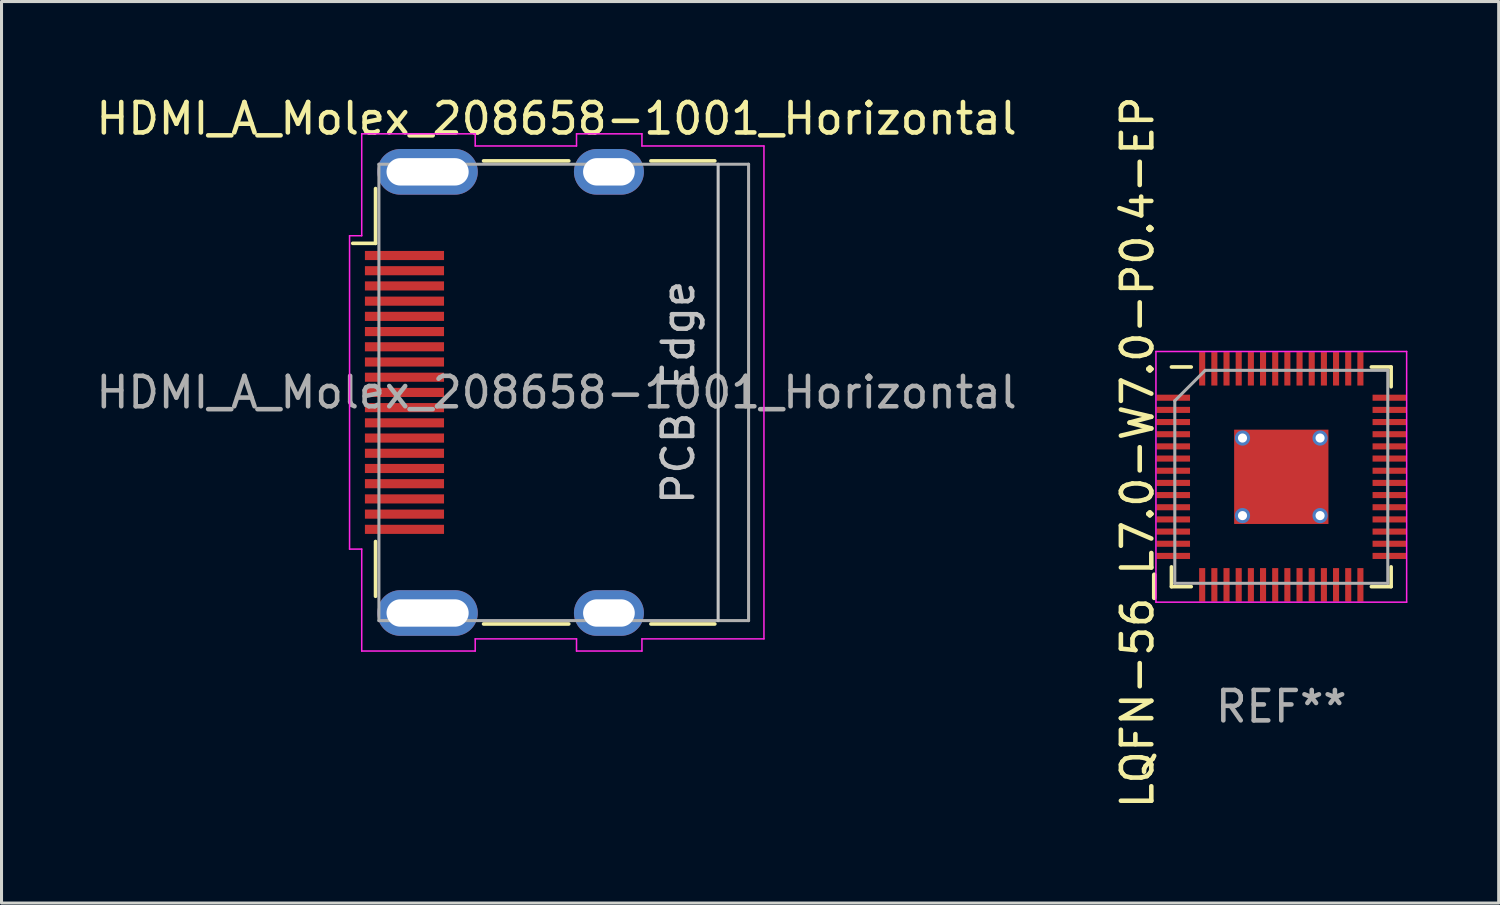
<source format=kicad_pcb>
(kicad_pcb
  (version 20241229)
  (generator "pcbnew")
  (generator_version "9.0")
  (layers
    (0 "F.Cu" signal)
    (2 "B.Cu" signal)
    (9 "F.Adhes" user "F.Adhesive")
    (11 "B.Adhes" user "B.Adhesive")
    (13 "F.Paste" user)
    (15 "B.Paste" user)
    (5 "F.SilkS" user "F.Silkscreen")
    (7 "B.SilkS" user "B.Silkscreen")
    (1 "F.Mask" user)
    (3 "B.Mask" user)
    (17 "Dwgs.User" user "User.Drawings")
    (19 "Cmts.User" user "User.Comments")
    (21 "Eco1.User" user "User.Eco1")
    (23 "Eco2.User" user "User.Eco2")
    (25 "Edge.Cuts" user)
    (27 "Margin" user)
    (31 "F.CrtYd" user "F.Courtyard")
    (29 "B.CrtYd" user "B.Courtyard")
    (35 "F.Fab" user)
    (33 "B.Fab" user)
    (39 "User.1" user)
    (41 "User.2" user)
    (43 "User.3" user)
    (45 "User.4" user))
  (footprint "LQFN-56_L7.0-W7.0-P0.4-EP"
    (layer "F.Cu")
    (at 39.063 12.622)
    (property "Reference" "LQFN-56_L7.0-W7.0-P0.4-EP" (at -4.727 -0.806 90) (layer "F.SilkS") (effects (font (size 1 1) (thickness 0.15))))
    (attr smd)
    (fp_line (start -3.61 3.61) (end -3.61 2.96) (stroke (width 0.12) (type solid)) (layer "F.SilkS"))
    (fp_line (start -2.96 -3.61) (end -3.61 -3.61) (stroke (width 0.12) (type solid)) (layer "F.SilkS"))
    (fp_line (start -2.96 3.61) (end -3.61 3.61) (stroke (width 0.12) (type solid)) (layer "F.SilkS"))
    (fp_line (start 2.96 -3.61) (end 3.61 -3.61) (stroke (width 0.12) (type solid)) (layer "F.SilkS"))
    (fp_line (start 2.96 3.61) (end 3.61 3.61) (stroke (width 0.12) (type solid)) (layer "F.SilkS"))
    (fp_line (start 3.61 -3.61) (end 3.61 -2.96) (stroke (width 0.12) (type solid)) (layer "F.SilkS"))
    (fp_line (start 3.61 3.61) (end 3.61 2.96) (stroke (width 0.12) (type solid)) (layer "F.SilkS"))
    (fp_line (start -4.12 -4.12) (end -4.12 4.12) (stroke (width 0.05) (type solid)) (layer "F.CrtYd"))
    (fp_line (start -4.12 4.12) (end 4.12 4.12) (stroke (width 0.05) (type solid)) (layer "F.CrtYd"))
    (fp_line (start 4.12 -4.12) (end -4.12 -4.12) (stroke (width 0.05) (type solid)) (layer "F.CrtYd"))
    (fp_line (start 4.12 4.12) (end 4.12 -4.12) (stroke (width 0.05) (type solid)) (layer "F.CrtYd"))
    (fp_line (start -3.5 -2.5) (end -2.5 -3.5) (stroke (width 0.1) (type solid)) (layer "F.Fab"))
    (fp_line (start -3.5 3.5) (end -3.5 -2.5) (stroke (width 0.1) (type solid)) (layer "F.Fab"))
    (fp_line (start -2.5 -3.5) (end 3.5 -3.5) (stroke (width 0.1) (type solid)) (layer "F.Fab"))
    (fp_line (start 3.5 -3.5) (end 3.5 3.5) (stroke (width 0.1) (type solid)) (layer "F.Fab"))
    (fp_line (start 3.5 3.5) (end -3.5 3.5) (stroke (width 0.1) (type solid)) (layer "F.Fab"))
    (fp_text user "REF**" (at 0 7.55 0) (layer "F.Fab") (effects (font (size 1 1) (thickness 0.15))))
    (pad "" smd roundrect (at -0.637 -0.638) (size 1.084 1.084) (layers "F.Paste") (roundrect_rratio 0.231))
    (pad "" smd roundrect (at -0.637 0.637) (size 1.084 1.084) (layers "F.Paste") (roundrect_rratio 0.231))
    (pad "" smd roundrect (at 0.637 -0.638) (size 1.084 1.084) (layers "F.Paste") (roundrect_rratio 0.231))
    (pad "" smd roundrect (at 0.637 0.637) (size 1.084 1.084) (layers "F.Paste") (roundrect_rratio 0.231))
    (pad "1" smd rect (at -3.55 -2.6) (size 1.1 0.2) (layers "F.Cu" "F.Mask" "F.Paste"))
    (pad "2" smd rect (at -3.55 -2.2) (size 1.1 0.2) (layers "F.Cu" "F.Mask" "F.Paste"))
    (pad "3" smd rect (at -3.55 -1.8) (size 1.1 0.2) (layers "F.Cu" "F.Mask" "F.Paste"))
    (pad "4" smd rect (at -3.55 -1.4) (size 1.1 0.2) (layers "F.Cu" "F.Mask" "F.Paste"))
    (pad "5" smd rect (at -3.55 -1) (size 1.1 0.2) (layers "F.Cu" "F.Mask" "F.Paste"))
    (pad "6" smd rect (at -3.55 -0.6) (size 1.1 0.2) (layers "F.Cu" "F.Mask" "F.Paste"))
    (pad "7" smd rect (at -3.55 -0.2) (size 1.1 0.2) (layers "F.Cu" "F.Mask" "F.Paste"))
    (pad "8" smd rect (at -3.55 0.2) (size 1.1 0.2) (layers "F.Cu" "F.Mask" "F.Paste"))
    (pad "9" smd rect (at -3.55 0.6) (size 1.1 0.2) (layers "F.Cu" "F.Mask" "F.Paste"))
    (pad "10" smd rect (at -3.55 1) (size 1.1 0.2) (layers "F.Cu" "F.Mask" "F.Paste"))
    (pad "11" smd rect (at -3.55 1.4) (size 1.1 0.2) (layers "F.Cu" "F.Mask" "F.Paste"))
    (pad "12" smd rect (at -3.55 1.8) (size 1.1 0.2) (layers "F.Cu" "F.Mask" "F.Paste"))
    (pad "13" smd rect (at -3.55 2.2) (size 1.1 0.2) (layers "F.Cu" "F.Mask" "F.Paste"))
    (pad "14" smd rect (at -3.55 2.6) (size 1.1 0.2) (layers "F.Cu" "F.Mask" "F.Paste"))
    (pad "15" smd rect (at -2.6 3.55 90) (size 1.1 0.2) (layers "F.Cu" "F.Mask" "F.Paste"))
    (pad "16" smd rect (at -2.2 3.55 90) (size 1.1 0.2) (layers "F.Cu" "F.Mask" "F.Paste"))
    (pad "17" smd rect (at -1.8 3.55 90) (size 1.1 0.2) (layers "F.Cu" "F.Mask" "F.Paste"))
    (pad "18" smd rect (at -1.4 3.55 90) (size 1.1 0.2) (layers "F.Cu" "F.Mask" "F.Paste"))
    (pad "19" smd rect (at -1 3.55 90) (size 1.1 0.2) (layers "F.Cu" "F.Mask" "F.Paste"))
    (pad "20" smd rect (at -0.6 3.55 90) (size 1.1 0.2) (layers "F.Cu" "F.Mask" "F.Paste"))
    (pad "21" smd rect (at -0.2 3.55 90) (size 1.1 0.2) (layers "F.Cu" "F.Mask" "F.Paste"))
    (pad "22" smd rect (at 0.2 3.55 90) (size 1.1 0.2) (layers "F.Cu" "F.Mask" "F.Paste"))
    (pad "23" smd rect (at 0.6 3.55 90) (size 1.1 0.2) (layers "F.Cu" "F.Mask" "F.Paste"))
    (pad "24" smd rect (at 1 3.55 90) (size 1.1 0.2) (layers "F.Cu" "F.Mask" "F.Paste"))
    (pad "25" smd rect (at 1.4 3.55 90) (size 1.1 0.2) (layers "F.Cu" "F.Mask" "F.Paste"))
    (pad "26" smd rect (at 1.8 3.55 90) (size 1.1 0.2) (layers "F.Cu" "F.Mask" "F.Paste"))
    (pad "27" smd rect (at 2.2 3.55 90) (size 1.1 0.2) (layers "F.Cu" "F.Mask" "F.Paste"))
    (pad "28" smd rect (at 2.6 3.55 90) (size 1.1 0.2) (layers "F.Cu" "F.Mask" "F.Paste"))
    (pad "29" smd rect (at 3.55 2.6 180) (size 1.1 0.2) (layers "F.Cu" "F.Mask" "F.Paste"))
    (pad "30" smd rect (at 3.55 2.2 180) (size 1.1 0.2) (layers "F.Cu" "F.Mask" "F.Paste"))
    (pad "31" smd rect (at 3.55 1.8 180) (size 1.1 0.2) (layers "F.Cu" "F.Mask" "F.Paste"))
    (pad "32" smd rect (at 3.55 1.4 180) (size 1.1 0.2) (layers "F.Cu" "F.Mask" "F.Paste"))
    (pad "33" smd rect (at 3.55 1 180) (size 1.1 0.2) (layers "F.Cu" "F.Mask" "F.Paste"))
    (pad "34" smd rect (at 3.55 0.6 180) (size 1.1 0.2) (layers "F.Cu" "F.Mask" "F.Paste"))
    (pad "35" smd rect (at 3.55 0.2 180) (size 1.1 0.2) (layers "F.Cu" "F.Mask" "F.Paste"))
    (pad "36" smd rect (at 3.55 -0.2 180) (size 1.1 0.2) (layers "F.Cu" "F.Mask" "F.Paste"))
    (pad "37" smd rect (at 3.55 -0.6 180) (size 1.1 0.2) (layers "F.Cu" "F.Mask" "F.Paste"))
    (pad "38" smd rect (at 3.55 -1 180) (size 1.1 0.2) (layers "F.Cu" "F.Mask" "F.Paste"))
    (pad "39" smd rect (at 3.55 -1.4 180) (size 1.1 0.2) (layers "F.Cu" "F.Mask" "F.Paste"))
    (pad "40" smd rect (at 3.55 -1.8 180) (size 1.1 0.2) (layers "F.Cu" "F.Mask" "F.Paste"))
    (pad "41" smd rect (at 3.55 -2.2 180) (size 1.1 0.2) (layers "F.Cu" "F.Mask" "F.Paste"))
    (pad "42" smd rect (at 3.55 -2.6 180) (size 1.1 0.2) (layers "F.Cu" "F.Mask" "F.Paste"))
    (pad "43" smd rect (at 2.6 -3.55 270) (size 1.1 0.2) (layers "F.Cu" "F.Mask" "F.Paste"))
    (pad "44" smd rect (at 2.2 -3.55 270) (size 1.1 0.2) (layers "F.Cu" "F.Mask" "F.Paste"))
    (pad "45" smd rect (at 1.8 -3.55 270) (size 1.1 0.2) (layers "F.Cu" "F.Mask" "F.Paste"))
    (pad "46" smd rect (at 1.4 -3.55 270) (size 1.1 0.2) (layers "F.Cu" "F.Mask" "F.Paste"))
    (pad "47" smd rect (at 1 -3.55 270) (size 1.1 0.2) (layers "F.Cu" "F.Mask" "F.Paste"))
    (pad "48" smd rect (at 0.6 -3.55 270) (size 1.1 0.2) (layers "F.Cu" "F.Mask" "F.Paste"))
    (pad "49" smd rect (at 0.2 -3.55 270) (size 1.1 0.2) (layers "F.Cu" "F.Mask" "F.Paste"))
    (pad "50" smd rect (at -0.2 -3.55 270) (size 1.1 0.2) (layers "F.Cu" "F.Mask" "F.Paste"))
    (pad "51" smd rect (at -0.6 -3.55 270) (size 1.1 0.2) (layers "F.Cu" "F.Mask" "F.Paste"))
    (pad "52" smd rect (at -1 -3.55 270) (size 1.1 0.2) (layers "F.Cu" "F.Mask" "F.Paste"))
    (pad "53" smd rect (at -1.4 -3.55 270) (size 1.1 0.2) (layers "F.Cu" "F.Mask" "F.Paste"))
    (pad "54" smd rect (at -1.8 -3.55 270) (size 1.1 0.2) (layers "F.Cu" "F.Mask" "F.Paste"))
    (pad "55" smd rect (at -2.2 -3.55 270) (size 1.1 0.2) (layers "F.Cu" "F.Mask" "F.Paste"))
    (pad "56" smd rect (at -2.6 -3.55 270) (size 1.1 0.2) (layers "F.Cu" "F.Mask" "F.Paste"))
    (pad "57" thru_hole circle (at -1.275 -1.275) (size 0.5 0.5) (drill 0.3) (property pad_prop_heatsink) (layers "*.Cu"))
    (pad "57" thru_hole circle (at -1.275 1.275) (size 0.5 0.5) (drill 0.3) (property pad_prop_heatsink) (layers "*.Cu"))
    (pad "57" smd rect (at 0 -0.000127) (size 3.1 3.1) (layers "F.Cu" "F.Mask"))
    (pad "57" thru_hole circle (at 1.275 -1.275) (size 0.5 0.5) (drill 0.3) (property pad_prop_heatsink) (layers "*.Cu"))
    (pad "57" thru_hole circle (at 1.275 1.275) (size 0.5 0.5) (drill 0.3) (property pad_prop_heatsink) (layers "*.Cu")))
  (footprint "HDMI_A_Molex_208658-1001_Horizontal"
    (layer "F.Cu")
    (at 13.529 9.848)
    (property "Reference" "HDMI_A_Molex_208658-1001_Horizontal" (at 1.715 -9 0) (layer "F.SilkS") (effects (font (size 1 1) (thickness 0.15))))
    (attr smd)
    (fp_line (start -4.985 -4.9) (end -4.235 -4.9) (stroke (width 0.12) (type solid)) (layer "F.SilkS"))
    (fp_line (start -4.235 -4.9) (end -4.235 -6.7) (stroke (width 0.12) (type solid)) (layer "F.SilkS"))
    (fp_line (start -4.235 6.7) (end -4.235 4.9) (stroke (width 0.12) (type solid)) (layer "F.SilkS"))
    (fp_line (start -0.685 -7.61) (end 2.115 -7.61) (stroke (width 0.12) (type solid)) (layer "F.SilkS"))
    (fp_line (start -0.685 7.61) (end 2.115 7.61) (stroke (width 0.12) (type solid)) (layer "F.SilkS"))
    (fp_line (start 4.815 -7.61) (end 6.915 -7.61) (stroke (width 0.12) (type solid)) (layer "F.SilkS"))
    (fp_line (start 4.815 7.61) (end 6.915 7.61) (stroke (width 0.12) (type solid)) (layer "F.SilkS"))
    (fp_line (start 7.025 -7.5) (end 7.025 7.5) (stroke (width 0.1) (type solid)) (layer "Dwgs.User"))
    (fp_line (start -5.09 5.15) (end -5.09 -5.15) (stroke (width 0.05) (type solid)) (layer "F.CrtYd"))
    (fp_line (start -4.69 -5.15) (end -5.09 -5.15) (stroke (width 0.05) (type solid)) (layer "F.CrtYd"))
    (fp_line (start -4.69 -5.15) (end -4.69 -8.5) (stroke (width 0.05) (type solid)) (layer "F.CrtYd"))
    (fp_line (start -4.69 5.15) (end -5.09 5.15) (stroke (width 0.05) (type solid)) (layer "F.CrtYd"))
    (fp_line (start -4.69 8.5) (end -4.69 5.15) (stroke (width 0.05) (type solid)) (layer "F.CrtYd"))
    (fp_line (start -0.96 -8.5) (end -4.69 -8.5) (stroke (width 0.05) (type solid)) (layer "F.CrtYd"))
    (fp_line (start -0.96 -8.1) (end -0.96 -8.5) (stroke (width 0.05) (type solid)) (layer "F.CrtYd"))
    (fp_line (start -0.96 8.5) (end -4.69 8.5) (stroke (width 0.05) (type solid)) (layer "F.CrtYd"))
    (fp_line (start -0.96 8.5) (end -0.96 8.1) (stroke (width 0.05) (type solid)) (layer "F.CrtYd"))
    (fp_line (start 2.37 -8.1) (end -0.96 -8.1) (stroke (width 0.05) (type solid)) (layer "F.CrtYd"))
    (fp_line (start 2.37 -8.1) (end 2.37 -8.5) (stroke (width 0.05) (type solid)) (layer "F.CrtYd"))
    (fp_line (start 2.37 8.1) (end -0.96 8.1) (stroke (width 0.05) (type solid)) (layer "F.CrtYd"))
    (fp_line (start 2.37 8.5) (end 2.37 8.1) (stroke (width 0.05) (type solid)) (layer "F.CrtYd"))
    (fp_line (start 4.52 -8.5) (end 2.37 -8.5) (stroke (width 0.05) (type solid)) (layer "F.CrtYd"))
    (fp_line (start 4.52 -8.1) (end 4.52 -8.5) (stroke (width 0.05) (type solid)) (layer "F.CrtYd"))
    (fp_line (start 4.52 8.5) (end 2.37 8.5) (stroke (width 0.05) (type solid)) (layer "F.CrtYd"))
    (fp_line (start 4.52 8.5) (end 4.52 8.1) (stroke (width 0.05) (type solid)) (layer "F.CrtYd"))
    (fp_line (start 8.53 -8.1) (end 4.52 -8.1) (stroke (width 0.05) (type solid)) (layer "F.CrtYd"))
    (fp_line (start 8.53 8.1) (end 4.52 8.1) (stroke (width 0.05) (type solid)) (layer "F.CrtYd"))
    (fp_line (start 8.53 8.1) (end 8.53 -8.1) (stroke (width 0.05) (type solid)) (layer "F.CrtYd"))
    (fp_line (start -4.125 -7.5) (end -4.125 7.5) (stroke (width 0.1) (type solid)) (layer "F.Fab"))
    (fp_line (start -4.125 -7.5) (end 8.025 -7.5) (stroke (width 0.1) (type solid)) (layer "F.Fab"))
    (fp_line (start -4.125 7.5) (end 8.025 7.5) (stroke (width 0.1) (type solid)) (layer "F.Fab"))
    (fp_line (start 8.025 -7.5) (end 8.025 7.5) (stroke (width 0.1) (type solid)) (layer "F.Fab"))
    (fp_text user "PCB Edge" (at 5.715 0 90) (layer "Dwgs.User") (effects (font (size 1 1) (thickness 0.15))))
    (fp_text user "${REFERENCE}" (at 1.715 0 0) (layer "F.Fab") (effects (font (size 1 1) (thickness 0.15))))
    (pad "1" smd rect (at -3.285 -4.5) (size 2.6 0.3) (layers "F.Cu" "F.Mask" "F.Paste"))
    (pad "2" smd rect (at -3.285 -4) (size 2.6 0.3) (layers "F.Cu" "F.Mask" "F.Paste"))
    (pad "3" smd rect (at -3.285 -3.5) (size 2.6 0.3) (layers "F.Cu" "F.Mask" "F.Paste"))
    (pad "4" smd rect (at -3.285 -3) (size 2.6 0.3) (layers "F.Cu" "F.Mask" "F.Paste"))
    (pad "5" smd rect (at -3.285 -2.5) (size 2.6 0.3) (layers "F.Cu" "F.Mask" "F.Paste"))
    (pad "6" smd rect (at -3.285 -2) (size 2.6 0.3) (layers "F.Cu" "F.Mask" "F.Paste"))
    (pad "7" smd rect (at -3.285 -1.5) (size 2.6 0.3) (layers "F.Cu" "F.Mask" "F.Paste"))
    (pad "8" smd rect (at -3.285 -1) (size 2.6 0.3) (layers "F.Cu" "F.Mask" "F.Paste"))
    (pad "9" smd rect (at -3.285 -0.5) (size 2.6 0.3) (layers "F.Cu" "F.Mask" "F.Paste"))
    (pad "10" smd rect (at -3.285 0) (size 2.6 0.3) (layers "F.Cu" "F.Mask" "F.Paste"))
    (pad "11" smd rect (at -3.285 0.5) (size 2.6 0.3) (layers "F.Cu" "F.Mask" "F.Paste"))
    (pad "12" smd rect (at -3.285 1) (size 2.6 0.3) (layers "F.Cu" "F.Mask" "F.Paste"))
    (pad "13" smd rect (at -3.285 1.5) (size 2.6 0.3) (layers "F.Cu" "F.Mask" "F.Paste"))
    (pad "14" smd rect (at -3.285 2) (size 2.6 0.3) (layers "F.Cu" "F.Mask" "F.Paste"))
    (pad "15" smd rect (at -3.285 2.5) (size 2.6 0.3) (layers "F.Cu" "F.Mask" "F.Paste"))
    (pad "16" smd rect (at -3.285 3) (size 2.6 0.3) (layers "F.Cu" "F.Mask" "F.Paste"))
    (pad "17" smd rect (at -3.285 3.5) (size 2.6 0.3) (layers "F.Cu" "F.Mask" "F.Paste"))
    (pad "18" smd rect (at -3.285 4) (size 2.6 0.3) (layers "F.Cu" "F.Mask" "F.Paste"))
    (pad "19" smd rect (at -3.285 4.5) (size 2.6 0.3) (layers "F.Cu" "F.Mask" "F.Paste"))
    (pad "SH" thru_hole oval (at -2.525 -7.25) (size 3.3 1.5) (drill oval 2.7 0.9) (property pad_prop_heatsink) (layers "*.Cu" "*.Mask"))
    (pad "SH" thru_hole oval (at -2.525 7.25) (size 3.3 1.5) (drill oval 2.7 0.9) (property pad_prop_heatsink) (layers "*.Cu" "*.Mask"))
    (pad "SH" thru_hole oval (at 3.435 -7.25) (size 2.3 1.5) (drill oval 1.7 0.9) (property pad_prop_heatsink) (layers "*.Cu" "*.Mask"))
    (pad "SH" thru_hole oval (at 3.435 7.25) (size 2.3 1.5) (drill oval 1.7 0.9) (property pad_prop_heatsink) (layers "*.Cu" "*.Mask")))
  (gr_rect
    (start -3 -3)
    (end 46.208 26.631)
    (stroke (width 0.1) (type default))
    (fill no)
    (layer "Edge.Cuts")))
</source>
